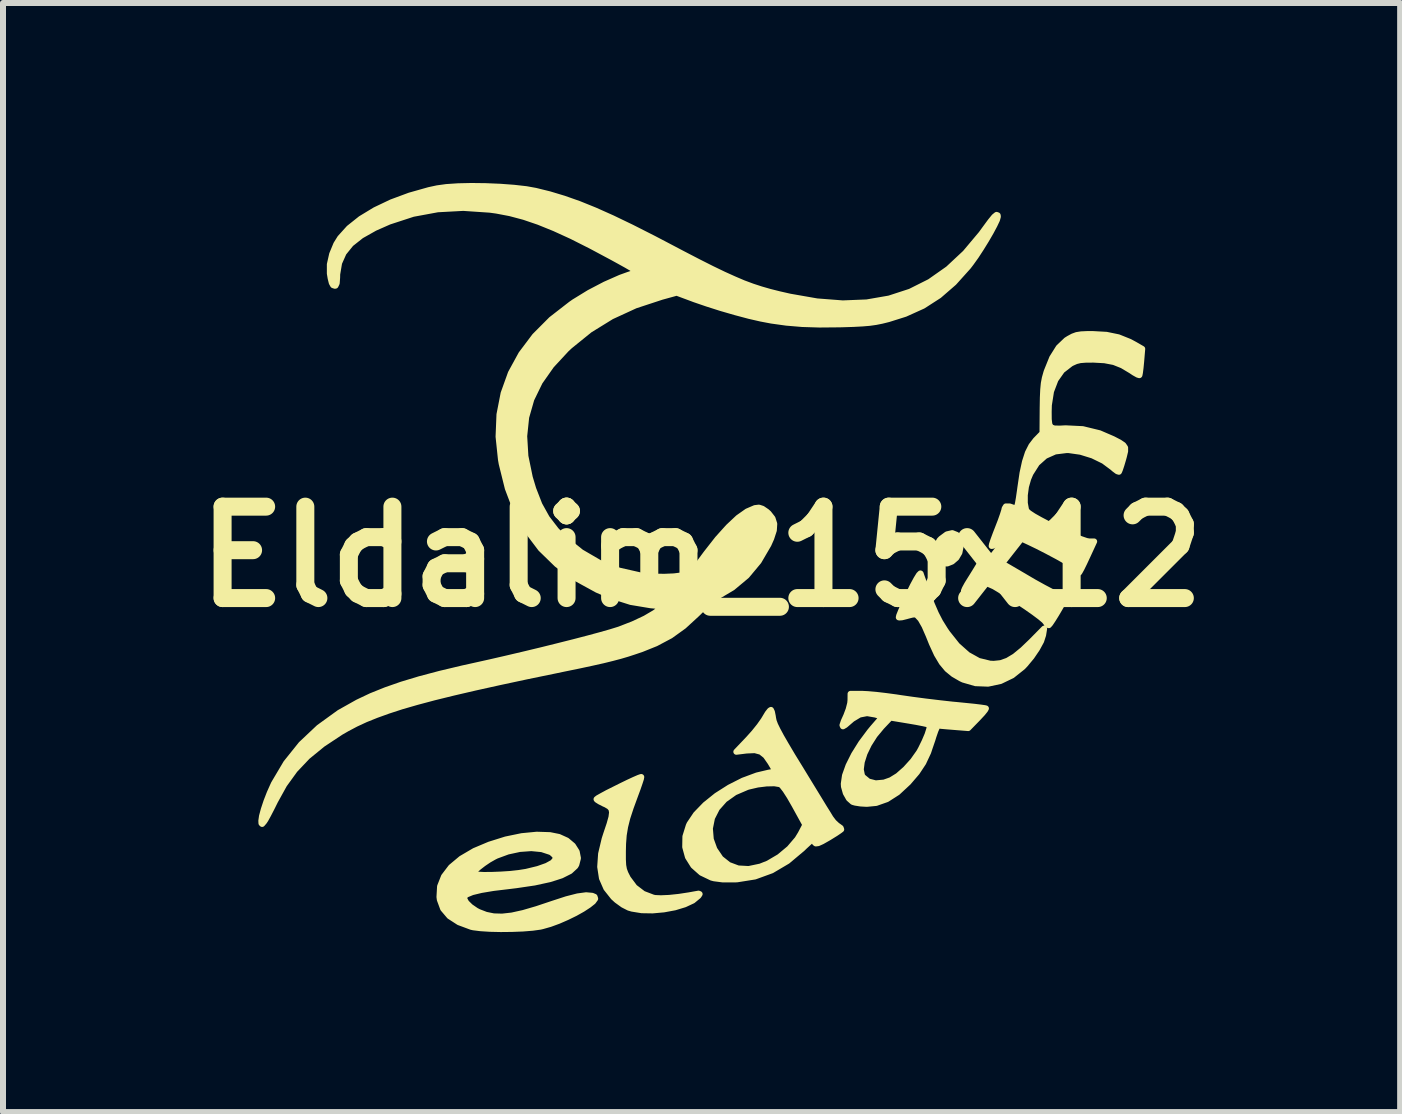
<source format=kicad_pcb>
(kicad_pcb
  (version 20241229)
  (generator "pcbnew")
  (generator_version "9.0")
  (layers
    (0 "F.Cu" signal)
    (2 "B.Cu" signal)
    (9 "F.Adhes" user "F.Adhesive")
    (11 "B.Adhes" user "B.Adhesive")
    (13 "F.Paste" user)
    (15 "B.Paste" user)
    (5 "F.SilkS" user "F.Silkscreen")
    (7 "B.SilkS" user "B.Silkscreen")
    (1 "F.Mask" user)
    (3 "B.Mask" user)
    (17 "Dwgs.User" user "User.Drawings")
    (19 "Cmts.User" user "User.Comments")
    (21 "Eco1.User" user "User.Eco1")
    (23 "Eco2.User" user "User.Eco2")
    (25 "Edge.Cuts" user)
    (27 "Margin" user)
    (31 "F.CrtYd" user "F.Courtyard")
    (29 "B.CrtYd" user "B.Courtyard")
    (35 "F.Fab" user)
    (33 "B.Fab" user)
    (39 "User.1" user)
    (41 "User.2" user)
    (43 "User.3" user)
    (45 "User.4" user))
  (footprint "Eldalim_15x12"
    (layer "F.Cu")
    (at 8.643 6.229)
    (property "Reference" "Eldalim_15x12" (at 0 0 0) (layer "F.SilkS") (effects (font (size 1.524 1.524) (thickness 0.3))))
    (attr through_hole)
    (fp_poly (pts (xy 4.318 -0.172) (xy 4.298 -0.068) (xy 4.247 0.019) (xy 4.175 0.081) (xy 4.094 0.113) (xy 4.013 0.108) (xy 3.945 0.059) (xy 3.939 0.05) (xy 3.895 -0.056) (xy 3.906 -0.167) (xy 3.968 -0.275) (xy 3.991 -0.299) (xy 4.089 -0.372) (xy 4.179 -0.393) (xy 4.252 -0.364) (xy 4.301 -0.288) (xy 4.318 -0.172)) (stroke (width 0.1) (type solid)) (fill yes) (layer "F.SilkS"))
    (fp_poly (pts (xy 6.068 0.671) (xy 6.054 0.706) (xy 6.018 0.775) (xy 5.967 0.864) (xy 5.911 0.959) (xy 5.857 1.046) (xy 5.813 1.112) (xy 5.788 1.141) (xy 5.76 1.132) (xy 5.742 1.098) (xy 5.713 1.063) (xy 5.643 1.004) (xy 5.54 0.927) (xy 5.412 0.837) (xy 5.266 0.74) (xy 5.112 0.64) (xy 4.956 0.544) (xy 4.874 0.495) (xy 4.752 0.441) (xy 4.643 0.436) (xy 4.533 0.48) (xy 4.469 0.524) (xy 4.411 0.561) (xy 4.378 0.572) (xy 4.374 0.567) (xy 4.389 0.531) (xy 4.427 0.461) (xy 4.482 0.372) (xy 4.498 0.347) (xy 4.563 0.242) (xy 4.623 0.144) (xy 4.664 0.07) (xy 4.668 0.064) (xy 4.706 0.003) (xy 4.74 -0.027) (xy 4.745 -0.028) (xy 4.777 -0.014) (xy 4.85 0.025) (xy 4.957 0.084) (xy 5.091 0.161) (xy 5.245 0.251) (xy 5.346 0.31) (xy 5.538 0.423) (xy 5.704 0.515) (xy 5.837 0.585) (xy 5.934 0.631) (xy 5.989 0.649) (xy 5.992 0.649) (xy 6.048 0.656) (xy 6.068 0.671)) (stroke (width 0.1) (type solid)) (fill yes) (layer "F.SilkS"))
    (fp_poly (pts (xy 5.71 1.199) (xy 5.693 1.305) (xy 5.66 1.407) (xy 5.592 1.532) (xy 5.501 1.666) (xy 5.393 1.796) (xy 5.354 1.837) (xy 5.177 1.978) (xy 4.982 2.072) (xy 4.776 2.116) (xy 4.567 2.108) (xy 4.363 2.049) (xy 4.323 2.03) (xy 4.199 1.958) (xy 4.095 1.873) (xy 4.005 1.765) (xy 3.922 1.626) (xy 3.839 1.445) (xy 3.785 1.311) (xy 3.716 1.153) (xy 3.651 1.039) (xy 3.59 0.974) (xy 3.551 0.96) (xy 3.506 0.967) (xy 3.432 0.986) (xy 3.411 0.992) (xy 3.339 1.01) (xy 3.293 1.013) (xy 3.288 1.011) (xy 3.294 0.982) (xy 3.322 0.912) (xy 3.366 0.809) (xy 3.424 0.683) (xy 3.455 0.618) (xy 3.524 0.478) (xy 3.582 0.371) (xy 3.624 0.303) (xy 3.648 0.279) (xy 3.652 0.282) (xy 3.667 0.326) (xy 3.697 0.409) (xy 3.736 0.518) (xy 3.764 0.595) (xy 3.837 0.79) (xy 3.905 0.947) (xy 3.976 1.085) (xy 4.06 1.22) (xy 4.094 1.27) (xy 4.26 1.479) (xy 4.435 1.635) (xy 4.618 1.737) (xy 4.808 1.783) (xy 4.872 1.786) (xy 4.987 1.774) (xy 5.1 1.734) (xy 5.22 1.662) (xy 5.354 1.552) (xy 5.496 1.416) (xy 5.71 1.199)) (stroke (width 0.1) (type solid)) (fill yes) (layer "F.SilkS"))
    (fp_poly (pts (xy -0.032 5.623) (xy -0.051 5.652) (xy -0.055 5.656) (xy -0.146 5.731) (xy -0.281 5.794) (xy -0.445 5.844) (xy -0.628 5.878) (xy -0.816 5.895) (xy -0.997 5.892) (xy -1.157 5.866) (xy -1.212 5.85) (xy -1.308 5.801) (xy -1.413 5.725) (xy -1.469 5.674) (xy -1.587 5.525) (xy -1.66 5.358) (xy -1.689 5.169) (xy -1.674 4.952) (xy -1.615 4.704) (xy -1.586 4.614) (xy -1.533 4.456) (xy -1.501 4.341) (xy -1.491 4.26) (xy -1.502 4.204) (xy -1.537 4.164) (xy -1.595 4.13) (xy -1.623 4.118) (xy -1.696 4.081) (xy -1.742 4.052) (xy -1.75 4.042) (xy -1.726 4.023) (xy -1.662 3.987) (xy -1.57 3.937) (xy -1.458 3.881) (xy -1.34 3.822) (xy -1.225 3.766) (xy -1.124 3.719) (xy -1.048 3.686) (xy -1.008 3.672) (xy -1.005 3.672) (xy -1.01 3.701) (xy -1.033 3.772) (xy -1.068 3.873) (xy -1.105 3.973) (xy -1.181 4.181) (xy -1.237 4.352) (xy -1.274 4.5) (xy -1.297 4.639) (xy -1.308 4.783) (xy -1.311 4.911) (xy -1.311 5.047) (xy -1.306 5.143) (xy -1.293 5.214) (xy -1.27 5.277) (xy -1.234 5.348) (xy -1.228 5.36) (xy -1.116 5.51) (xy -0.973 5.619) (xy -0.808 5.682) (xy -0.774 5.689) (xy -0.676 5.693) (xy -0.538 5.687) (xy -0.377 5.67) (xy -0.206 5.644) (xy -0.113 5.627) (xy -0.05 5.616) (xy -0.032 5.623)) (stroke (width 0.1) (type solid)) (fill yes) (layer "F.SilkS"))
    (fp_poly (pts (xy 4.74 2.529) (xy 4.727 2.553) (xy 4.684 2.607) (xy 4.617 2.679) (xy 4.599 2.698) (xy 4.445 2.856) (xy 4.206 2.837) (xy 4.094 2.828) (xy 4.004 2.82) (xy 3.951 2.814) (xy 3.943 2.813) (xy 3.925 2.836) (xy 3.897 2.901) (xy 3.864 2.997) (xy 3.849 3.047) (xy 3.804 3.178) (xy 3.804 2.815) (xy 3.8 2.803) (xy 3.767 2.792) (xy 3.691 2.775) (xy 3.582 2.754) (xy 3.466 2.734) (xy 3.147 2.681) (xy 3.001 2.835) (xy 2.885 2.975) (xy 2.789 3.126) (xy 2.716 3.277) (xy 2.67 3.421) (xy 2.654 3.546) (xy 2.673 3.643) (xy 2.689 3.671) (xy 2.781 3.747) (xy 2.902 3.778) (xy 3.043 3.765) (xy 3.156 3.725) (xy 3.274 3.652) (xy 3.401 3.54) (xy 3.523 3.405) (xy 3.626 3.26) (xy 3.658 3.202) (xy 3.719 3.077) (xy 3.767 2.964) (xy 3.796 2.873) (xy 3.804 2.815) (xy 3.804 3.178) (xy 3.777 3.259) (xy 3.695 3.434) (xy 3.59 3.593) (xy 3.452 3.754) (xy 3.448 3.759) (xy 3.267 3.927) (xy 3.089 4.041) (xy 2.91 4.104) (xy 2.754 4.119) (xy 2.651 4.113) (xy 2.562 4.099) (xy 2.52 4.087) (xy 2.456 4.03) (xy 2.404 3.938) (xy 2.374 3.831) (xy 2.371 3.785) (xy 2.391 3.647) (xy 2.45 3.482) (xy 2.542 3.298) (xy 2.662 3.106) (xy 2.806 2.913) (xy 2.858 2.85) (xy 3.017 2.667) (xy 2.898 2.631) (xy 2.759 2.607) (xy 2.634 2.631) (xy 2.511 2.705) (xy 2.467 2.743) (xy 2.395 2.805) (xy 2.357 2.827) (xy 2.349 2.807) (xy 2.371 2.742) (xy 2.413 2.649) (xy 2.452 2.545) (xy 2.478 2.443) (xy 2.483 2.392) (xy 2.484 2.286) (xy 2.676 2.286) (xy 2.773 2.291) (xy 2.91 2.303) (xy 3.072 2.322) (xy 3.243 2.345) (xy 3.314 2.356) (xy 3.509 2.384) (xy 3.736 2.414) (xy 3.97 2.442) (xy 4.186 2.466) (xy 4.243 2.471) (xy 4.402 2.487) (xy 4.541 2.501) (xy 4.649 2.514) (xy 4.719 2.524) (xy 4.74 2.529)) (stroke (width 0.1) (type solid)) (fill yes) (layer "F.SilkS"))
    (fp_poly (pts (xy -1.773 5.7) (xy -1.808 5.748) (xy -1.881 5.806) (xy -1.982 5.872) (xy -2.105 5.941) (xy -2.242 6.008) (xy -2.384 6.07) (xy -2.523 6.121) (xy -2.653 6.158) (xy -2.687 6.166) (xy -2.816 6.184) (xy -2.978 6.197) (xy -3.159 6.204) (xy -3.346 6.206) (xy -3.525 6.202) (xy -3.681 6.192) (xy -3.802 6.177) (xy -3.838 6.169) (xy -4.045 6.092) (xy -4.201 5.991) (xy -4.307 5.866) (xy -4.362 5.717) (xy -4.368 5.671) (xy -4.358 5.495) (xy -4.293 5.33) (xy -4.175 5.175) (xy -4.005 5.033) (xy -3.785 4.904) (xy -3.536 4.799) (xy -3.262 4.713) (xy -2.996 4.658) (xy -2.747 4.634) (xy -2.527 4.641) (xy -2.378 4.671) (xy -2.246 4.731) (xy -2.145 4.816) (xy -2.081 4.917) (xy -2.06 5.025) (xy -2.087 5.13) (xy -2.104 5.159) (xy -2.192 5.24) (xy -2.335 5.312) (xy -2.433 5.344) (xy -2.433 5.043) (xy -2.438 4.987) (xy -2.497 4.933) (xy -2.519 4.921) (xy -2.662 4.874) (xy -2.837 4.857) (xy -3.031 4.871) (xy -3.23 4.914) (xy -3.42 4.984) (xy -3.456 5.002) (xy -3.546 5.053) (xy -3.636 5.114) (xy -3.716 5.176) (xy -3.777 5.231) (xy -3.807 5.272) (xy -3.803 5.287) (xy -3.739 5.299) (xy -3.632 5.305) (xy -3.496 5.304) (xy -3.343 5.298) (xy -3.188 5.288) (xy -3.044 5.272) (xy -2.924 5.253) (xy -2.919 5.252) (xy -2.726 5.205) (xy -2.579 5.153) (xy -2.481 5.099) (xy -2.433 5.043) (xy -2.433 5.344) (xy -2.532 5.375) (xy -2.784 5.43) (xy -3.089 5.475) (xy -3.211 5.49) (xy -3.47 5.521) (xy -3.673 5.555) (xy -3.822 5.591) (xy -3.916 5.63) (xy -3.948 5.655) (xy -3.956 5.703) (xy -3.921 5.767) (xy -3.852 5.835) (xy -3.759 5.899) (xy -3.715 5.922) (xy -3.593 5.969) (xy -3.465 5.995) (xy -3.324 5.999) (xy -3.161 5.981) (xy -2.971 5.939) (xy -2.745 5.873) (xy -2.479 5.784) (xy -2.249 5.709) (xy -2.065 5.662) (xy -1.924 5.643) (xy -1.823 5.652) (xy -1.783 5.669) (xy -1.773 5.7)) (stroke (width 0.1) (type solid)) (fill yes) (layer "F.SilkS"))
    (fp_poly (pts (xy 2.328 4.545) (xy 2.299 4.567) (xy 2.234 4.611) (xy 2.145 4.666) (xy 2.114 4.685) (xy 2.01 4.744) (xy 1.944 4.774) (xy 1.905 4.779) (xy 1.888 4.766) (xy 1.866 4.72) (xy 1.863 4.707) (xy 1.844 4.716) (xy 1.795 4.757) (xy 1.731 4.816) (xy 1.731 4.469) (xy 1.55 4.14) (xy 1.468 3.997) (xy 1.397 3.887) (xy 1.342 3.816) (xy 1.312 3.792) (xy 1.214 3.776) (xy 1.082 3.779) (xy 0.934 3.797) (xy 0.788 3.831) (xy 0.76 3.839) (xy 0.553 3.928) (xy 0.384 4.048) (xy 0.257 4.191) (xy 0.174 4.354) (xy 0.139 4.529) (xy 0.154 4.711) (xy 0.214 4.877) (xy 0.318 5.031) (xy 0.451 5.137) (xy 0.608 5.196) (xy 0.786 5.206) (xy 0.981 5.165) (xy 1.112 5.113) (xy 1.297 5.004) (xy 1.465 4.864) (xy 1.599 4.707) (xy 1.652 4.62) (xy 1.731 4.469) (xy 1.731 4.816) (xy 1.723 4.823) (xy 1.683 4.862) (xy 1.433 5.072) (xy 1.169 5.228) (xy 0.889 5.33) (xy 0.593 5.377) (xy 0.55 5.379) (xy 0.356 5.379) (xy 0.21 5.36) (xy 0.168 5.349) (xy -0.003 5.267) (xy -0.136 5.149) (xy -0.227 5.004) (xy -0.272 4.839) (xy -0.269 4.663) (xy -0.213 4.483) (xy -0.2 4.455) (xy -0.092 4.294) (xy 0.062 4.135) (xy 0.251 3.983) (xy 0.465 3.847) (xy 0.692 3.732) (xy 0.924 3.646) (xy 1.119 3.6) (xy 1.237 3.58) (xy 1.148 3.428) (xy 1.07 3.316) (xy 0.989 3.251) (xy 0.888 3.224) (xy 0.752 3.23) (xy 0.742 3.231) (xy 0.58 3.251) (xy 0.78 3.041) (xy 0.876 2.934) (xy 0.966 2.822) (xy 1.035 2.724) (xy 1.058 2.686) (xy 1.103 2.611) (xy 1.14 2.564) (xy 1.157 2.554) (xy 1.173 2.588) (xy 1.187 2.657) (xy 1.192 2.691) (xy 1.202 2.739) (xy 1.226 2.803) (xy 1.267 2.887) (xy 1.326 2.997) (xy 1.408 3.139) (xy 1.514 3.318) (xy 1.645 3.531) (xy 1.759 3.718) (xy 1.866 3.893) (xy 1.962 4.05) (xy 2.043 4.183) (xy 2.105 4.282) (xy 2.142 4.343) (xy 2.146 4.351) (xy 2.202 4.425) (xy 2.262 4.481) (xy 2.275 4.489) (xy 2.319 4.521) (xy 2.328 4.545)) (stroke (width 0.1) (type solid)) (fill yes) (layer "F.SilkS"))
    (fp_poly (pts (xy 7.345 -3.464) (xy 7.327 -3.251) (xy 7.317 -3.148) (xy 7.307 -3.069) (xy 7.299 -3.028) (xy 7.297 -3.026) (xy 7.27 -3.034) (xy 7.211 -3.067) (xy 7.157 -3.103) (xy 7.013 -3.189) (xy 6.873 -3.245) (xy 6.716 -3.275) (xy 6.533 -3.285) (xy 6.404 -3.284) (xy 6.313 -3.277) (xy 6.243 -3.26) (xy 6.176 -3.23) (xy 6.152 -3.217) (xy 6.008 -3.105) (xy 5.899 -2.95) (xy 5.825 -2.756) (xy 5.789 -2.527) (xy 5.786 -2.419) (xy 5.787 -2.288) (xy 5.797 -2.204) (xy 5.824 -2.157) (xy 5.879 -2.137) (xy 5.971 -2.135) (xy 6.068 -2.14) (xy 6.353 -2.126) (xy 6.632 -2.058) (xy 6.857 -1.961) (xy 6.965 -1.905) (xy 7.03 -1.861) (xy 7.06 -1.817) (xy 7.06 -1.758) (xy 7.039 -1.67) (xy 7.027 -1.626) (xy 6.998 -1.528) (xy 6.973 -1.453) (xy 6.958 -1.417) (xy 6.957 -1.416) (xy 6.93 -1.424) (xy 6.878 -1.463) (xy 6.851 -1.487) (xy 6.703 -1.597) (xy 6.519 -1.687) (xy 6.319 -1.749) (xy 6.122 -1.777) (xy 6.086 -1.778) (xy 5.893 -1.754) (xy 5.727 -1.68) (xy 5.59 -1.558) (xy 5.482 -1.388) (xy 5.444 -1.298) (xy 5.407 -1.168) (xy 5.388 -1.027) (xy 5.388 -0.894) (xy 5.407 -0.789) (xy 5.419 -0.762) (xy 5.456 -0.728) (xy 5.535 -0.676) (xy 5.647 -0.613) (xy 5.78 -0.543) (xy 5.924 -0.471) (xy 6.07 -0.402) (xy 6.207 -0.341) (xy 6.326 -0.293) (xy 6.416 -0.262) (xy 6.46 -0.254) (xy 6.544 -0.254) (xy 6.43 -0.007) (xy 6.379 0.102) (xy 6.335 0.192) (xy 6.303 0.25) (xy 6.294 0.264) (xy 6.268 0.259) (xy 6.235 0.214) (xy 6.233 0.21) (xy 6.205 0.173) (xy 6.149 0.128) (xy 6.062 0.071) (xy 5.935 -0.001) (xy 5.764 -0.092) (xy 5.743 -0.103) (xy 5.594 -0.179) (xy 5.459 -0.244) (xy 5.347 -0.296) (xy 5.267 -0.328) (xy 5.231 -0.338) (xy 5.175 -0.326) (xy 5.09 -0.293) (xy 5.008 -0.253) (xy 4.924 -0.211) (xy 4.862 -0.184) (xy 4.836 -0.179) (xy 4.841 -0.207) (xy 4.864 -0.277) (xy 4.901 -0.377) (xy 4.938 -0.472) (xy 4.985 -0.593) (xy 5.022 -0.698) (xy 5.046 -0.774) (xy 5.052 -0.804) (xy 5.073 -0.838) (xy 5.137 -0.837) (xy 5.223 -0.807) (xy 5.242 -0.807) (xy 5.258 -0.83) (xy 5.273 -0.883) (xy 5.289 -0.975) (xy 5.309 -1.113) (xy 5.315 -1.157) (xy 5.35 -1.394) (xy 5.391 -1.583) (xy 5.439 -1.732) (xy 5.498 -1.849) (xy 5.57 -1.943) (xy 5.579 -1.952) (xy 5.683 -2.059) (xy 5.686 -2.476) (xy 5.689 -2.652) (xy 5.695 -2.785) (xy 5.705 -2.89) (xy 5.722 -2.979) (xy 5.747 -3.068) (xy 5.754 -3.09) (xy 5.845 -3.315) (xy 5.953 -3.487) (xy 6.081 -3.609) (xy 6.121 -3.634) (xy 6.189 -3.671) (xy 6.252 -3.694) (xy 6.328 -3.706) (xy 6.433 -3.711) (xy 6.519 -3.711) (xy 6.749 -3.698) (xy 6.948 -3.657) (xy 7.137 -3.581) (xy 7.222 -3.535) (xy 7.345 -3.464)) (stroke (width 0.1) (type solid)) (fill yes) (layer "F.SilkS"))
    (fp_poly (pts (xy 4.939 -5.669) (xy 4.924 -5.615) (xy 4.882 -5.526) (xy 4.82 -5.41) (xy 4.744 -5.279) (xy 4.66 -5.143) (xy 4.574 -5.011) (xy 4.491 -4.895) (xy 4.445 -4.835) (xy 4.206 -4.569) (xy 3.958 -4.354) (xy 3.691 -4.182) (xy 3.394 -4.048) (xy 3.115 -3.96) (xy 3.006 -3.933) (xy 2.906 -3.913) (xy 2.801 -3.898) (xy 2.68 -3.888) (xy 2.529 -3.88) (xy 2.337 -3.874) (xy 2.292 -3.873) (xy 1.964 -3.87) (xy 1.677 -3.879) (xy 1.415 -3.901) (xy 1.164 -3.936) (xy 0.99 -3.969) (xy 0.794 -4.014) (xy 0.565 -4.075) (xy 0.323 -4.145) (xy 0.088 -4.22) (xy -0.122 -4.292) (xy -0.148 -4.302) (xy -0.414 -4.401) (xy -0.665 -4.332) (xy -1.103 -4.188) (xy -1.501 -4.005) (xy -1.864 -3.781) (xy -2.195 -3.513) (xy -2.254 -3.458) (xy -2.503 -3.189) (xy -2.697 -2.913) (xy -2.837 -2.625) (xy -2.923 -2.325) (xy -2.956 -2.009) (xy -2.936 -1.676) (xy -2.863 -1.322) (xy -2.805 -1.129) (xy -2.703 -0.867) (xy -2.579 -0.644) (xy -2.425 -0.443) (xy -2.284 -0.298) (xy -2.007 -0.075) (xy -1.701 0.103) (xy -1.372 0.232) (xy -1.028 0.31) (xy -0.804 0.332) (xy -0.62 0.335) (xy -0.457 0.328) (xy -0.331 0.312) (xy -0.33 0.312) (xy -0.167 0.278) (xy 0.077 -0.052) (xy 0.268 -0.296) (xy 0.447 -0.495) (xy 0.611 -0.649) (xy 0.76 -0.754) (xy 0.89 -0.81) (xy 0.957 -0.818) (xy 1.015 -0.799) (xy 1.087 -0.75) (xy 1.118 -0.722) (xy 1.183 -0.639) (xy 1.212 -0.548) (xy 1.205 -0.44) (xy 1.161 -0.305) (xy 1.115 -0.202) (xy 0.952 0.077) (xy 0.752 0.317) (xy 0.516 0.514) (xy 0.317 0.632) (xy 0.223 0.692) (xy 0.105 0.785) (xy -0.024 0.902) (xy -0.078 0.955) (xy -0.297 1.156) (xy -0.518 1.315) (xy -0.761 1.444) (xy -0.997 1.539) (xy -1.118 1.58) (xy -1.234 1.618) (xy -1.356 1.654) (xy -1.489 1.689) (xy -1.643 1.727) (xy -1.826 1.768) (xy -2.045 1.815) (xy -2.309 1.869) (xy -2.413 1.891) (xy -2.918 1.995) (xy -3.371 2.092) (xy -3.777 2.182) (xy -4.138 2.266) (xy -4.459 2.345) (xy -4.744 2.421) (xy -4.997 2.494) (xy -5.221 2.567) (xy -5.421 2.639) (xy -5.6 2.711) (xy -5.762 2.786) (xy -5.911 2.865) (xy -6.017 2.926) (xy -6.317 3.125) (xy -6.569 3.331) (xy -6.779 3.553) (xy -6.957 3.799) (xy -7.108 4.072) (xy -7.168 4.193) (xy -7.224 4.301) (xy -7.268 4.381) (xy -7.292 4.417) (xy -7.324 4.454) (xy -7.335 4.443) (xy -7.337 4.401) (xy -7.326 4.324) (xy -7.296 4.212) (xy -7.252 4.079) (xy -7.198 3.94) (xy -7.14 3.81) (xy -7.127 3.782) (xy -6.923 3.438) (xy -6.673 3.126) (xy -6.377 2.847) (xy -6.037 2.601) (xy -5.729 2.428) (xy -5.505 2.322) (xy -5.264 2.225) (xy -4.998 2.132) (xy -4.7 2.042) (xy -4.364 1.953) (xy -3.982 1.862) (xy -3.796 1.821) (xy -3.527 1.761) (xy -3.244 1.696) (xy -2.955 1.628) (xy -2.668 1.559) (xy -2.39 1.49) (xy -2.128 1.424) (xy -1.89 1.362) (xy -1.683 1.306) (xy -1.514 1.258) (xy -1.391 1.22) (xy -1.369 1.213) (xy -1.14 1.124) (xy -0.94 1.03) (xy -0.78 0.936) (xy -0.722 0.893) (xy -0.64 0.828) (xy -0.849 0.809) (xy -1.179 0.754) (xy -1.523 0.645) (xy -1.739 0.552) (xy -2.097 0.356) (xy -2.41 0.127) (xy -2.679 -0.135) (xy -2.904 -0.433) (xy -3.088 -0.768) (xy -3.229 -1.14) (xy -3.331 -1.551) (xy -3.343 -1.619) (xy -3.383 -2.001) (xy -3.368 -2.37) (xy -3.299 -2.723) (xy -3.178 -3.06) (xy -3.004 -3.378) (xy -2.779 -3.677) (xy -2.503 -3.954) (xy -2.176 -4.208) (xy -2.123 -4.245) (xy -1.872 -4.399) (xy -1.608 -4.537) (xy -1.352 -4.65) (xy -1.219 -4.698) (xy -1.158 -4.718) (xy -1.118 -4.734) (xy -1.103 -4.752) (xy -1.118 -4.776) (xy -1.166 -4.811) (xy -1.252 -4.861) (xy -1.38 -4.932) (xy -1.482 -4.988) (xy -1.841 -5.18) (xy -2.162 -5.342) (xy -2.451 -5.474) (xy -2.715 -5.581) (xy -2.959 -5.664) (xy -3.192 -5.726) (xy -3.418 -5.769) (xy -3.527 -5.784) (xy -3.972 -5.814) (xy -4.398 -5.791) (xy -4.809 -5.715) (xy -5.207 -5.585) (xy -5.447 -5.479) (xy -5.672 -5.352) (xy -5.844 -5.216) (xy -5.966 -5.065) (xy -6.041 -4.897) (xy -6.073 -4.708) (xy -6.074 -4.654) (xy -6.081 -4.559) (xy -6.101 -4.518) (xy -6.11 -4.516) (xy -6.141 -4.526) (xy -6.163 -4.565) (xy -6.182 -4.642) (xy -6.195 -4.72) (xy -6.195 -4.873) (xy -6.157 -5.042) (xy -6.088 -5.209) (xy -6.024 -5.312) (xy -5.876 -5.476) (xy -5.68 -5.632) (xy -5.441 -5.777) (xy -5.168 -5.907) (xy -4.866 -6.019) (xy -4.544 -6.11) (xy -4.405 -6.14) (xy -4.253 -6.161) (xy -4.059 -6.174) (xy -3.835 -6.179) (xy -3.596 -6.176) (xy -3.356 -6.166) (xy -3.127 -6.149) (xy -2.923 -6.126) (xy -2.768 -6.098) (xy -2.533 -6.04) (xy -2.294 -5.968) (xy -2.044 -5.88) (xy -1.777 -5.772) (xy -1.486 -5.642) (xy -1.164 -5.487) (xy -0.805 -5.305) (xy -0.631 -5.214) (xy -0.323 -5.052) (xy -0.059 -4.915) (xy 0.169 -4.8) (xy 0.368 -4.704) (xy 0.543 -4.625) (xy 0.7 -4.558) (xy 0.848 -4.503) (xy 0.992 -4.456) (xy 1.138 -4.414) (xy 1.293 -4.375) (xy 1.464 -4.336) (xy 1.468 -4.335) (xy 1.925 -4.255) (xy 2.353 -4.222) (xy 2.754 -4.238) (xy 3.128 -4.303) (xy 3.478 -4.417) (xy 3.805 -4.581) (xy 4.111 -4.796) (xy 4.396 -5.062) (xy 4.663 -5.38) (xy 4.727 -5.468) (xy 4.816 -5.589) (xy 4.878 -5.665) (xy 4.917 -5.697) (xy 4.936 -5.69) (xy 4.939 -5.669)) (stroke (width 0.1) (type solid)) (fill yes) (layer "F.SilkS")))
  (gr_rect
    (start -3 -3)
    (end 20.287 15.485)
    (stroke (width 0.1) (type default))
    (fill no)
    (layer "Edge.Cuts")))
</source>
